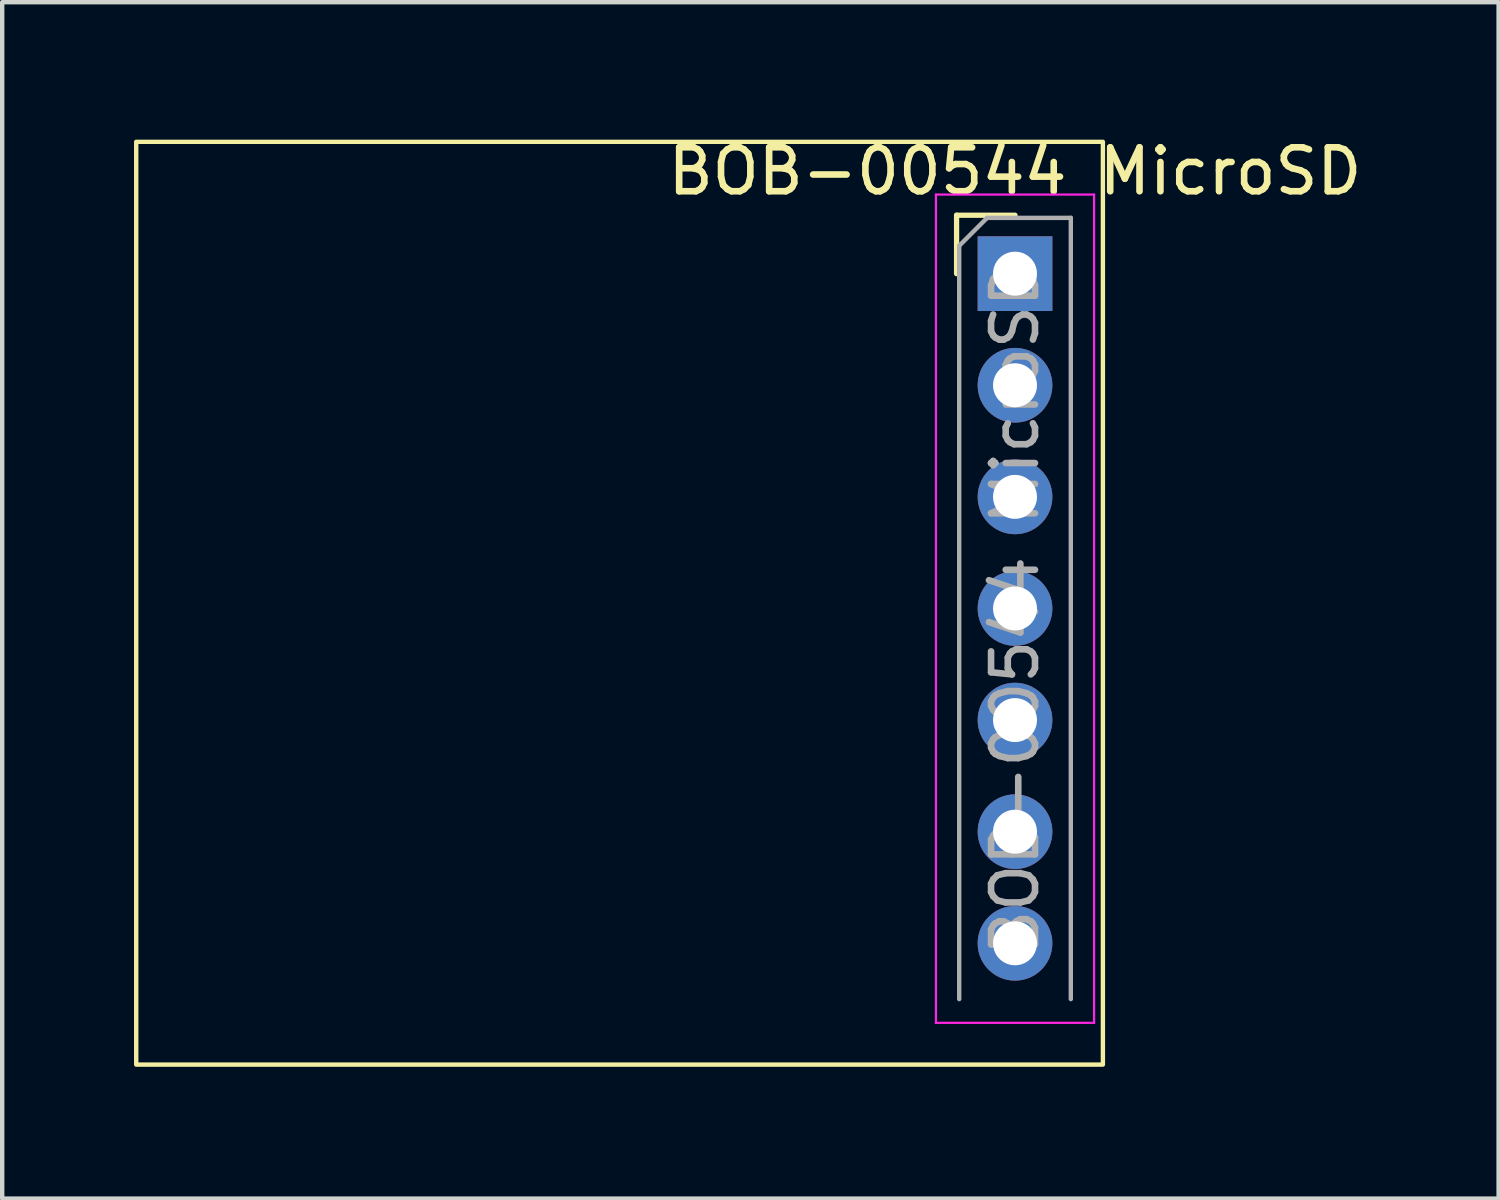
<source format=kicad_pcb>
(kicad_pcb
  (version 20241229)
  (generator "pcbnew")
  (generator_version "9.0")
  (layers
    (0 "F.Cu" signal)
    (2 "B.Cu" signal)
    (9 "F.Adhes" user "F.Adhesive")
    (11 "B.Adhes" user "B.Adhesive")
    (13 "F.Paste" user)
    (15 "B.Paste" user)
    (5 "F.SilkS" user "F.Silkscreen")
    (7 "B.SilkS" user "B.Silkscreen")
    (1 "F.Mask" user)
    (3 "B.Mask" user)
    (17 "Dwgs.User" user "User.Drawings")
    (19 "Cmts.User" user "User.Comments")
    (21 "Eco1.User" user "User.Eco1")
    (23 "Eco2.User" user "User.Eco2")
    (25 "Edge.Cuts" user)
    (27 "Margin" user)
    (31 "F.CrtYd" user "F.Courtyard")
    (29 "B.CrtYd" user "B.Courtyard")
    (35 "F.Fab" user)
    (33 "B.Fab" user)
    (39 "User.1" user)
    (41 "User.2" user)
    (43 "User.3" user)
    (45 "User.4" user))
  (footprint "BOB-00544 MicroSD"
    (layer "F.Cu")
    (at 20.05 3.178)
    (property "Reference" "BOB-00544 MicroSD" (at 0 -2.33 0) (layer "F.SilkS") (effects (font (size 1 1) (thickness 0.15))))
    (attr through_hole)
    (fp_line (start -1.33 -1.33) (end 0 -1.33) (stroke (width 0.12) (type solid)) (layer "F.SilkS"))
    (fp_line (start -1.33 0) (end -1.33 -1.33) (stroke (width 0.12) (type solid)) (layer "F.SilkS"))
    (fp_rect (start -20 -3) (end 2 18) (stroke (width 0.1) (type default)) (fill no) (layer "F.SilkS"))
    (fp_line (start -1.8 -1.8) (end -1.8 17.05) (stroke (width 0.05) (type solid)) (layer "F.CrtYd"))
    (fp_line (start -1.8 17.05) (end 1.8 17.05) (stroke (width 0.05) (type solid)) (layer "F.CrtYd"))
    (fp_line (start 1.8 -1.8) (end -1.8 -1.8) (stroke (width 0.05) (type solid)) (layer "F.CrtYd"))
    (fp_line (start 1.8 17.05) (end 1.8 -1.8) (stroke (width 0.05) (type solid)) (layer "F.CrtYd"))
    (fp_line (start -1.27 -0.635) (end -0.635 -1.27) (stroke (width 0.1) (type solid)) (layer "F.Fab"))
    (fp_line (start -1.27 16.51) (end -1.27 -0.635) (stroke (width 0.1) (type solid)) (layer "F.Fab"))
    (fp_line (start -0.635 -1.27) (end 1.27 -1.27) (stroke (width 0.1) (type solid)) (layer "F.Fab"))
    (fp_line (start 1.27 -1.27) (end 1.27 16.51) (stroke (width 0.1) (type solid)) (layer "F.Fab"))
    (fp_text user "${REFERENCE}" (at 0 7.62 90) (layer "F.Fab") (effects (font (size 1 1) (thickness 0.15))))
    (pad "1" thru_hole rect (at 0 0) (size 1.7 1.7) (drill 1) (layers "*.Cu" "*.Mask"))
    (pad "2" thru_hole oval (at 0 2.54) (size 1.7 1.7) (drill 1) (layers "*.Cu" "*.Mask"))
    (pad "3" thru_hole oval (at 0 5.08) (size 1.7 1.7) (drill 1) (layers "*.Cu" "*.Mask"))
    (pad "4" thru_hole oval (at 0 7.62) (size 1.7 1.7) (drill 1) (layers "*.Cu" "*.Mask"))
    (pad "5" thru_hole oval (at 0 10.16) (size 1.7 1.7) (drill 1) (layers "*.Cu" "*.Mask"))
    (pad "6" thru_hole oval (at 0 12.7) (size 1.7 1.7) (drill 1) (layers "*.Cu" "*.Mask"))
    (pad "7" thru_hole oval (at 0 15.24) (size 1.7 1.7) (drill 1) (layers "*.Cu" "*.Mask")))
  (gr_rect
    (start -3 -3)
    (end 31.056 24.228)
    (stroke (width 0.1) (type default))
    (fill no)
    (layer "Edge.Cuts")))
</source>
